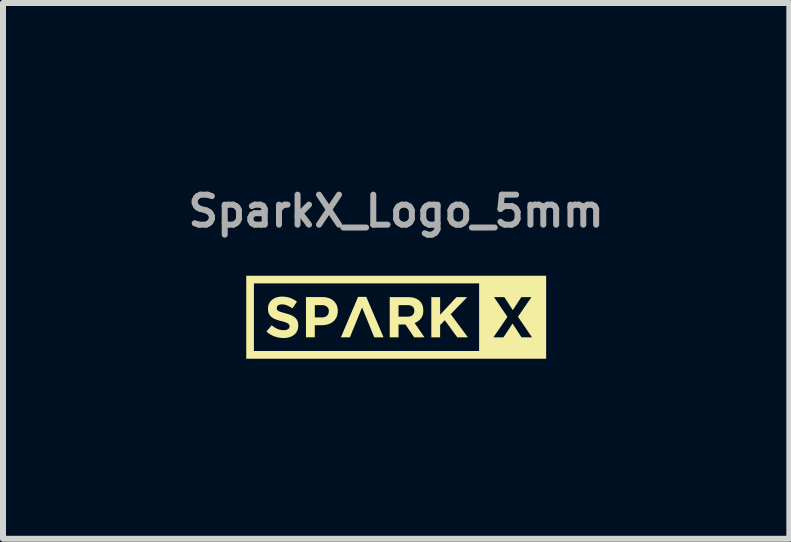
<source format=kicad_pcb>
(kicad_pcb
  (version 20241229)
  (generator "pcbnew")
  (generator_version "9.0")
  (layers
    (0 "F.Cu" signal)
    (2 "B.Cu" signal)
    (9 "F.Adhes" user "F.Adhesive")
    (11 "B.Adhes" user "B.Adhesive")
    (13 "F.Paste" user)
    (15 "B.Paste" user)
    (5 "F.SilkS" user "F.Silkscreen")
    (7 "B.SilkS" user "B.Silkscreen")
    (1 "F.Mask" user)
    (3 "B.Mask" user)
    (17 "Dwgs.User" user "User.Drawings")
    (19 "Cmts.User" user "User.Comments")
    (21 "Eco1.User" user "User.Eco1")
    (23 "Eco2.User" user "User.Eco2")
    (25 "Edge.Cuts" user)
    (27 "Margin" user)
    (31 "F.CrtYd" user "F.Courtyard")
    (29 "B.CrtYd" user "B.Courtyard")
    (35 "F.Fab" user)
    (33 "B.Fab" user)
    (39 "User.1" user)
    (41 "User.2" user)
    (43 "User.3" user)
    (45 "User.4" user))
  (footprint "SparkX_Logo_5mm"
    (layer "F.Cu")
    (at 3.552 2.218)
    (property "Reference" "SparkX_Logo_5mm" (at 0 -1.75 0) (layer "F.Fab") (effects (font (size 0.5 0.5) (thickness 0.1))))
    (attr board_only exclude_from_pos_files exclude_from_bom)
    (fp_poly (pts (xy -0.21 0.354) (xy -0.365 0.354) (xy -0.464 0.109) (xy -0.568 -0.144) (xy -0.771 0.354) (xy -0.921 0.354) (xy -0.634 -0.321) (xy -0.498 -0.321)) (stroke (width 0) (type solid)) (fill yes) (layer "F.SilkS"))
    (fp_poly (pts (xy 0.733 -0.023) (xy 1.005 -0.316) (xy 1.183 -0.316) (xy 0.91 -0.032) (xy 1.196 0.354) (xy 1.019 0.354) (xy 0.811 0.069) (xy 0.733 0.149) (xy 0.733 0.354) (xy 0.586 0.354) (xy 0.586 -0.316) (xy 0.733 -0.316)) (stroke (width 0) (type solid)) (fill yes) (layer "F.SilkS"))
    (fp_poly (pts (xy 2.5 0.711) (xy -2.498 0.711) (xy -2.498 -0.545) (xy -2.37 -0.545) (xy -2.37 0.582) (xy 1.383 0.582) (xy 1.383 0.354) (xy 1.621 0.354) (xy 1.788 0.354) (xy 1.94 0.124) (xy 2.09 0.354) (xy 2.264 0.354) (xy 2.03 0.011) (xy 2.254 -0.316) (xy 2.086 -0.316) (xy 1.944 -0.099) (xy 1.803 -0.316) (xy 1.631 -0.316) (xy 1.855 0.013) (xy 1.621 0.354) (xy 1.383 0.354) (xy 1.383 -0.545) (xy -2.37 -0.545) (xy -2.498 -0.545) (xy -2.498 -0.673) (xy 2.5 -0.673)) (stroke (width 0) (type solid)) (fill yes) (layer "F.SilkS"))
    (fp_poly (pts (xy 0.214 -0.316) (xy 0.229 -0.315) (xy 0.242 -0.314) (xy 0.256 -0.312) (xy 0.269 -0.31) (xy 0.282 -0.308) (xy 0.294 -0.305) (xy 0.306 -0.301) (xy 0.317 -0.298) (xy 0.328 -0.293) (xy 0.339 -0.288) (xy 0.349 -0.283) (xy 0.359 -0.277) (xy 0.368 -0.271) (xy 0.377 -0.265) (xy 0.386 -0.258) (xy 0.394 -0.25) (xy 0.401 -0.242) (xy 0.408 -0.234) (xy 0.415 -0.225) (xy 0.421 -0.217) (xy 0.426 -0.207) (xy 0.431 -0.198) (xy 0.436 -0.188) (xy 0.44 -0.177) (xy 0.443 -0.166) (xy 0.446 -0.155) (xy 0.448 -0.144) (xy 0.45 -0.132) (xy 0.451 -0.12) (xy 0.452 -0.108) (xy 0.452 -0.095) (xy 0.452 -0.093) (xy 0.452 -0.083) (xy 0.452 -0.073) (xy 0.451 -0.063) (xy 0.45 -0.054) (xy 0.448 -0.045) (xy 0.447 -0.036) (xy 0.445 -0.027) (xy 0.442 -0.019) (xy 0.44 -0.011) (xy 0.437 -0.003) (xy 0.433 0.005) (xy 0.43 0.012) (xy 0.426 0.02) (xy 0.422 0.027) (xy 0.417 0.033) (xy 0.412 0.04) (xy 0.407 0.046) (xy 0.402 0.052) (xy 0.397 0.058) (xy 0.391 0.064) (xy 0.385 0.069) (xy 0.379 0.074) (xy 0.373 0.079) (xy 0.367 0.084) (xy 0.36 0.089) (xy 0.353 0.093) (xy 0.346 0.097) (xy 0.339 0.101) (xy 0.332 0.105) (xy 0.324 0.108) (xy 0.316 0.112) (xy 0.308 0.115) (xy 0.472 0.354) (xy 0.3 0.354) (xy 0.156 0.14) (xy 0.04 0.14) (xy 0.04 0.354) (xy -0.107 0.354) (xy -0.107 -0.183) (xy 0.04 -0.183) (xy 0.04 0.009) (xy 0.19 0.009) (xy 0.197 0.009) (xy 0.203 0.009) (xy 0.21 0.008) (xy 0.216 0.008) (xy 0.222 0.007) (xy 0.227 0.006) (xy 0.233 0.004) (xy 0.238 0.003) (xy 0.243 0.001) (xy 0.248 -0.001) (xy 0.253 -0.003) (xy 0.258 -0.005) (xy 0.262 -0.008) (xy 0.266 -0.011) (xy 0.27 -0.014) (xy 0.274 -0.017) (xy 0.277 -0.02) (xy 0.281 -0.024) (xy 0.284 -0.027) (xy 0.287 -0.031) (xy 0.289 -0.035) (xy 0.292 -0.039) (xy 0.294 -0.043) (xy 0.296 -0.047) (xy 0.297 -0.051) (xy 0.299 -0.056) (xy 0.3 -0.061) (xy 0.301 -0.065) (xy 0.302 -0.07) (xy 0.302 -0.075) (xy 0.303 -0.08) (xy 0.303 -0.086) (xy 0.303 -0.087) (xy 0.303 -0.093) (xy 0.302 -0.099) (xy 0.302 -0.104) (xy 0.301 -0.11) (xy 0.3 -0.115) (xy 0.299 -0.12) (xy 0.297 -0.125) (xy 0.295 -0.129) (xy 0.293 -0.134) (xy 0.291 -0.138) (xy 0.289 -0.142) (xy 0.286 -0.146) (xy 0.283 -0.149) (xy 0.28 -0.153) (xy 0.276 -0.156) (xy 0.272 -0.159) (xy 0.268 -0.162) (xy 0.264 -0.165) (xy 0.26 -0.167) (xy 0.256 -0.17) (xy 0.251 -0.172) (xy 0.246 -0.174) (xy 0.241 -0.176) (xy 0.236 -0.177) (xy 0.23 -0.179) (xy 0.225 -0.18) (xy 0.219 -0.181) (xy 0.213 -0.182) (xy 0.207 -0.182) (xy 0.2 -0.183) (xy 0.194 -0.183) (xy 0.187 -0.183) (xy 0.04 -0.183) (xy -0.107 -0.183) (xy -0.107 -0.316) (xy 0.199 -0.316)) (stroke (width 0) (type solid)) (fill yes) (layer "F.SilkS"))
    (fp_poly (pts (xy -1.222 -0.317) (xy -1.215 -0.317) (xy -1.207 -0.316) (xy -1.2 -0.316) (xy -1.193 -0.315) (xy -1.186 -0.315) (xy -1.179 -0.314) (xy -1.172 -0.313) (xy -1.165 -0.312) (xy -1.159 -0.31) (xy -1.152 -0.309) (xy -1.146 -0.307) (xy -1.14 -0.306) (xy -1.134 -0.304) (xy -1.128 -0.302) (xy -1.122 -0.3) (xy -1.116 -0.298) (xy -1.11 -0.296) (xy -1.104 -0.293) (xy -1.099 -0.291) (xy -1.093 -0.288) (xy -1.088 -0.285) (xy -1.083 -0.283) (xy -1.078 -0.28) (xy -1.073 -0.277) (xy -1.068 -0.274) (xy -1.063 -0.27) (xy -1.059 -0.267) (xy -1.054 -0.264) (xy -1.05 -0.26) (xy -1.045 -0.256) (xy -1.041 -0.253) (xy -1.037 -0.249) (xy -1.033 -0.245) (xy -1.029 -0.241) (xy -1.025 -0.236) (xy -1.022 -0.232) (xy -1.018 -0.228) (xy -1.015 -0.223) (xy -1.012 -0.219) (xy -1.009 -0.214) (xy -1.006 -0.21) (xy -1.003 -0.205) (xy -1 -0.2) (xy -0.997 -0.195) (xy -0.995 -0.19) (xy -0.992 -0.184) (xy -0.99 -0.179) (xy -0.988 -0.174) (xy -0.986 -0.168) (xy -0.984 -0.163) (xy -0.983 -0.157) (xy -0.981 -0.152) (xy -0.98 -0.146) (xy -0.978 -0.14) (xy -0.977 -0.134) (xy -0.976 -0.128) (xy -0.975 -0.122) (xy -0.974 -0.116) (xy -0.974 -0.11) (xy -0.973 -0.104) (xy -0.973 -0.097) (xy -0.973 -0.091) (xy -0.973 -0.085) (xy -0.973 -0.083) (xy -0.973 -0.084) (xy -0.973 -0.076) (xy -0.973 -0.069) (xy -0.974 -0.062) (xy -0.974 -0.055) (xy -0.975 -0.049) (xy -0.976 -0.042) (xy -0.977 -0.035) (xy -0.978 -0.029) (xy -0.98 -0.023) (xy -0.981 -0.016) (xy -0.983 -0.01) (xy -0.985 -0.004) (xy -0.987 0.002) (xy -0.989 0.008) (xy -0.992 0.013) (xy -0.994 0.019) (xy -0.997 0.024) (xy -1 0.03) (xy -1.003 0.035) (xy -1.006 0.04) (xy -1.009 0.045) (xy -1.012 0.05) (xy -1.016 0.055) (xy -1.019 0.059) (xy -1.023 0.064) (xy -1.027 0.068) (xy -1.031 0.073) (xy -1.035 0.077) (xy -1.039 0.081) (xy -1.043 0.085) (xy -1.048 0.089) (xy -1.052 0.093) (xy -1.057 0.096) (xy -1.061 0.1) (xy -1.066 0.103) (xy -1.071 0.107) (xy -1.076 0.11) (xy -1.081 0.113) (xy -1.087 0.116) (xy -1.092 0.119) (xy -1.097 0.121) (xy -1.103 0.124) (xy -1.108 0.126) (xy -1.114 0.129) (xy -1.12 0.131) (xy -1.126 0.133) (xy -1.132 0.135) (xy -1.138 0.137) (xy -1.151 0.141) (xy -1.163 0.144) (xy -1.176 0.146) (xy -1.189 0.148) (xy -1.203 0.15) (xy -1.216 0.151) (xy -1.23 0.152) (xy -1.244 0.152) (xy -1.356 0.152) (xy -1.356 0.353) (xy -1.503 0.353) (xy -1.503 -0.183) (xy -1.355 -0.183) (xy -1.355 0.022) (xy -1.239 0.022) (xy -1.232 0.022) (xy -1.225 0.021) (xy -1.219 0.021) (xy -1.212 0.02) (xy -1.206 0.019) (xy -1.2 0.018) (xy -1.195 0.016) (xy -1.189 0.015) (xy -1.184 0.013) (xy -1.179 0.011) (xy -1.174 0.008) (xy -1.169 0.006) (xy -1.165 0.003) (xy -1.161 -0.000371) (xy -1.156 -0.004) (xy -1.153 -0.007) (xy -1.149 -0.011) (xy -1.145 -0.015) (xy -1.142 -0.019) (xy -1.139 -0.023) (xy -1.136 -0.027) (xy -1.134 -0.031) (xy -1.132 -0.036) (xy -1.13 -0.04) (xy -1.128 -0.045) (xy -1.126 -0.049) (xy -1.125 -0.054) (xy -1.124 -0.059) (xy -1.123 -0.064) (xy -1.123 -0.069) (xy -1.122 -0.074) (xy -1.122 -0.08) (xy -1.122 -0.082) (xy -1.122 -0.088) (xy -1.123 -0.094) (xy -1.123 -0.099) (xy -1.124 -0.105) (xy -1.125 -0.11) (xy -1.127 -0.116) (xy -1.128 -0.121) (xy -1.13 -0.125) (xy -1.132 -0.13) (xy -1.134 -0.135) (xy -1.137 -0.139) (xy -1.14 -0.143) (xy -1.143 -0.147) (xy -1.147 -0.15) (xy -1.15 -0.154) (xy -1.154 -0.157) (xy -1.158 -0.16) (xy -1.162 -0.163) (xy -1.167 -0.166) (xy -1.171 -0.169) (xy -1.176 -0.171) (xy -1.181 -0.173) (xy -1.186 -0.175) (xy -1.192 -0.177) (xy -1.197 -0.178) (xy -1.203 -0.18) (xy -1.209 -0.181) (xy -1.215 -0.182) (xy -1.222 -0.182) (xy -1.228 -0.183) (xy -1.235 -0.183) (xy -1.242 -0.183) (xy -1.355 -0.183) (xy -1.503 -0.183) (xy -1.503 -0.317) (xy -1.23 -0.317)) (stroke (width 0) (type solid)) (fill yes) (layer "F.SilkS"))
    (fp_poly (pts (xy -1.893 -0.325) (xy -1.884 -0.325) (xy -1.875 -0.324) (xy -1.866 -0.324) (xy -1.857 -0.323) (xy -1.848 -0.322) (xy -1.84 -0.321) (xy -1.831 -0.32) (xy -1.823 -0.318) (xy -1.814 -0.316) (xy -1.806 -0.315) (xy -1.798 -0.313) (xy -1.79 -0.311) (xy -1.782 -0.308) (xy -1.774 -0.306) (xy -1.766 -0.303) (xy -1.759 -0.3) (xy -1.751 -0.297) (xy -1.744 -0.294) (xy -1.736 -0.291) (xy -1.729 -0.288) (xy -1.722 -0.284) (xy -1.714 -0.28) (xy -1.707 -0.276) (xy -1.7 -0.272) (xy -1.693 -0.268) (xy -1.686 -0.264) (xy -1.679 -0.26) (xy -1.673 -0.255) (xy -1.666 -0.25) (xy -1.659 -0.245) (xy -1.653 -0.24) (xy -1.729 -0.129) (xy -1.741 -0.137) (xy -1.752 -0.144) (xy -1.763 -0.15) (xy -1.774 -0.157) (xy -1.785 -0.162) (xy -1.796 -0.168) (xy -1.807 -0.173) (xy -1.817 -0.178) (xy -1.823 -0.18) (xy -1.828 -0.182) (xy -1.833 -0.184) (xy -1.839 -0.185) (xy -1.844 -0.187) (xy -1.85 -0.188) (xy -1.855 -0.19) (xy -1.86 -0.191) (xy -1.866 -0.192) (xy -1.871 -0.193) (xy -1.876 -0.193) (xy -1.882 -0.194) (xy -1.887 -0.195) (xy -1.893 -0.195) (xy -1.898 -0.195) (xy -1.903 -0.195) (xy -1.909 -0.195) (xy -1.914 -0.195) (xy -1.919 -0.195) (xy -1.923 -0.194) (xy -1.928 -0.193) (xy -1.932 -0.193) (xy -1.937 -0.192) (xy -1.941 -0.191) (xy -1.945 -0.19) (xy -1.948 -0.188) (xy -1.952 -0.187) (xy -1.956 -0.185) (xy -1.959 -0.184) (xy -1.962 -0.182) (xy -1.965 -0.18) (xy -1.968 -0.178) (xy -1.97 -0.176) (xy -1.973 -0.174) (xy -1.975 -0.172) (xy -1.977 -0.169) (xy -1.979 -0.167) (xy -1.981 -0.165) (xy -1.983 -0.162) (xy -1.984 -0.159) (xy -1.985 -0.157) (xy -1.986 -0.154) (xy -1.987 -0.151) (xy -1.988 -0.149) (xy -1.988 -0.146) (xy -1.989 -0.143) (xy -1.989 -0.14) (xy -1.989 -0.137) (xy -1.989 -0.135) (xy -1.989 -0.133) (xy -1.989 -0.131) (xy -1.989 -0.129) (xy -1.989 -0.127) (xy -1.989 -0.125) (xy -1.988 -0.123) (xy -1.988 -0.121) (xy -1.988 -0.119) (xy -1.987 -0.118) (xy -1.987 -0.116) (xy -1.986 -0.114) (xy -1.986 -0.112) (xy -1.985 -0.111) (xy -1.985 -0.109) (xy -1.984 -0.108) (xy -1.983 -0.106) (xy -1.982 -0.105) (xy -1.982 -0.103) (xy -1.981 -0.102) (xy -1.98 -0.1) (xy -1.978 -0.099) (xy -1.977 -0.098) (xy -1.976 -0.096) (xy -1.975 -0.095) (xy -1.973 -0.094) (xy -1.972 -0.092) (xy -1.97 -0.091) (xy -1.968 -0.09) (xy -1.967 -0.088) (xy -1.965 -0.087) (xy -1.963 -0.086) (xy -1.961 -0.085) (xy -1.956 -0.082) (xy -1.952 -0.08) (xy -1.947 -0.078) (xy -1.942 -0.075) (xy -1.936 -0.073) (xy -1.93 -0.071) (xy -1.923 -0.069) (xy -1.916 -0.067) (xy -1.884 -0.057) (xy -1.865 -0.052) (xy -1.845 -0.047) (xy -1.832 -0.043) (xy -1.82 -0.04) (xy -1.808 -0.036) (xy -1.796 -0.032) (xy -1.785 -0.029) (xy -1.774 -0.025) (xy -1.764 -0.021) (xy -1.754 -0.017) (xy -1.749 -0.015) (xy -1.744 -0.012) (xy -1.739 -0.01) (xy -1.735 -0.008) (xy -1.73 -0.006) (xy -1.726 -0.003) (xy -1.721 -0.001) (xy -1.717 0.002) (xy -1.713 0.004) (xy -1.709 0.007) (xy -1.705 0.009) (xy -1.701 0.012) (xy -1.697 0.015) (xy -1.694 0.018) (xy -1.69 0.02) (xy -1.687 0.023) (xy -1.683 0.026) (xy -1.68 0.029) (xy -1.677 0.032) (xy -1.674 0.035) (xy -1.671 0.039) (xy -1.668 0.042) (xy -1.665 0.045) (xy -1.663 0.049) (xy -1.66 0.052) (xy -1.658 0.056) (xy -1.655 0.059) (xy -1.653 0.063) (xy -1.651 0.067) (xy -1.649 0.07) (xy -1.647 0.074) (xy -1.645 0.078) (xy -1.644 0.082) (xy -1.642 0.086) (xy -1.641 0.09) (xy -1.639 0.095) (xy -1.638 0.099) (xy -1.637 0.104) (xy -1.636 0.108) (xy -1.635 0.113) (xy -1.634 0.118) (xy -1.633 0.122) (xy -1.633 0.127) (xy -1.632 0.132) (xy -1.632 0.138) (xy -1.632 0.143) (xy -1.631 0.154) (xy -1.631 0.158) (xy -1.631 0.164) (xy -1.632 0.17) (xy -1.632 0.176) (xy -1.632 0.182) (xy -1.633 0.188) (xy -1.634 0.193) (xy -1.635 0.199) (xy -1.636 0.205) (xy -1.637 0.21) (xy -1.638 0.215) (xy -1.64 0.221) (xy -1.641 0.226) (xy -1.643 0.231) (xy -1.645 0.236) (xy -1.647 0.241) (xy -1.649 0.246) (xy -1.652 0.251) (xy -1.654 0.256) (xy -1.657 0.26) (xy -1.659 0.265) (xy -1.662 0.269) (xy -1.665 0.273) (xy -1.668 0.278) (xy -1.671 0.282) (xy -1.674 0.286) (xy -1.678 0.29) (xy -1.681 0.293) (xy -1.685 0.297) (xy -1.688 0.301) (xy -1.692 0.304) (xy -1.696 0.308) (xy -1.7 0.311) (xy -1.704 0.314) (xy -1.708 0.318) (xy -1.713 0.321) (xy -1.717 0.323) (xy -1.722 0.326) (xy -1.726 0.329) (xy -1.731 0.332) (xy -1.736 0.334) (xy -1.74 0.337) (xy -1.745 0.339) (xy -1.75 0.341) (xy -1.756 0.343) (xy -1.761 0.345) (xy -1.766 0.347) (xy -1.772 0.349) (xy -1.777 0.351) (xy -1.789 0.354) (xy -1.8 0.357) (xy -1.812 0.36) (xy -1.825 0.362) (xy -1.837 0.363) (xy -1.85 0.364) (xy -1.863 0.365) (xy -1.877 0.365) (xy -1.886 0.365) (xy -1.896 0.365) (xy -1.905 0.364) (xy -1.915 0.363) (xy -1.924 0.363) (xy -1.934 0.361) (xy -1.943 0.36) (xy -1.953 0.358) (xy -1.962 0.357) (xy -1.972 0.355) (xy -1.981 0.353) (xy -1.99 0.35) (xy -2 0.348) (xy -2.009 0.345) (xy -2.018 0.342) (xy -2.027 0.339) (xy -2.036 0.335) (xy -2.045 0.332) (xy -2.054 0.328) (xy -2.063 0.324) (xy -2.072 0.319) (xy -2.081 0.315) (xy -2.089 0.31) (xy -2.098 0.305) (xy -2.106 0.3) (xy -2.114 0.295) (xy -2.122 0.289) (xy -2.13 0.283) (xy -2.138 0.277) (xy -2.146 0.271) (xy -2.154 0.264) (xy -2.161 0.258) (xy -2.074 0.153) (xy -2.063 0.162) (xy -2.051 0.171) (xy -2.039 0.179) (xy -2.028 0.187) (xy -2.016 0.194) (xy -2.004 0.201) (xy -1.992 0.207) (xy -1.986 0.21) (xy -1.98 0.213) (xy -1.974 0.215) (xy -1.967 0.218) (xy -1.961 0.22) (xy -1.955 0.222) (xy -1.949 0.224) (xy -1.942 0.226) (xy -1.936 0.228) (xy -1.929 0.229) (xy -1.922 0.23) (xy -1.916 0.232) (xy -1.909 0.233) (xy -1.902 0.233) (xy -1.895 0.234) (xy -1.888 0.234) (xy -1.881 0.235) (xy -1.874 0.235) (xy -1.868 0.235) (xy -1.863 0.234) (xy -1.857 0.234) (xy -1.852 0.234) (xy -1.847 0.233) (xy -1.842 0.232) (xy -1.837 0.231) (xy -1.833 0.23) (xy -1.828 0.229) (xy -1.824 0.228) (xy -1.82 0.227) (xy -1.816 0.225) (xy -1.813 0.223) (xy -1.809 0.222) (xy -1.806 0.22) (xy -1.802 0.218) (xy -1.799 0.216) (xy -1.796 0.213) (xy -1.794 0.211) (xy -1.791 0.209) (xy -1.789 0.206) (xy -1.787 0.203) (xy -1.785 0.201) (xy -1.783 0.198) (xy -1.782 0.195) (xy -1.78 0.192) (xy -1.779 0.189) (xy -1.778 0.185) (xy -1.778 0.182) (xy -1.777 0.179) (xy -1.777 0.175) (xy -1.777 0.171) (xy -1.777 0.169) (xy -1.777 0.167) (xy -1.777 0.166) (xy -1.777 0.164) (xy -1.777 0.162) (xy -1.777 0.161) (xy -1.778 0.159) (xy -1.778 0.157) (xy -1.778 0.156) (xy -1.779 0.154) (xy -1.779 0.153) (xy -1.779 0.151) (xy -1.78 0.15) (xy -1.781 0.148) (xy -1.781 0.147) (xy -1.782 0.145) (xy -1.782 0.144) (xy -1.783 0.142) (xy -1.784 0.141) (xy -1.785 0.14) (xy -1.786 0.138) (xy -1.786 0.137) (xy -1.788 0.136) (xy -1.789 0.135) (xy -1.79 0.133) (xy -1.791 0.132) (xy -1.793 0.131) (xy -1.794 0.129) (xy -1.795 0.128) (xy -1.797 0.127) (xy -1.799 0.126) (xy -1.8 0.124) (xy -1.802 0.123) (xy -1.806 0.121) (xy -1.811 0.119) (xy -1.815 0.116) (xy -1.82 0.114) (xy -1.826 0.112) (xy -1.831 0.109) (xy -1.837 0.107) (xy -1.844 0.104) (xy -1.851 0.102) (xy -1.858 0.099) (xy -1.866 0.097) (xy -1.874 0.094) (xy -1.892 0.089) (xy -1.912 0.084) (xy -1.925 0.081) (xy -1.937 0.078) (xy -1.949 0.074) (xy -1.961 0.071) (xy -1.972 0.067) (xy -1.983 0.064) (xy -1.994 0.06) (xy -2.005 0.056) (xy -2.015 0.052) (xy -2.025 0.048) (xy -2.029 0.046) (xy -2.034 0.044) (xy -2.038 0.041) (xy -2.043 0.039) (xy -2.047 0.037) (xy -2.051 0.034) (xy -2.056 0.032) (xy -2.06 0.029) (xy -2.064 0.026) (xy -2.067 0.024) (xy -2.071 0.021) (xy -2.075 0.018) (xy -2.078 0.015) (xy -2.082 0.012) (xy -2.085 0.009) (xy -2.088 0.006) (xy -2.091 0.003) (xy -2.094 -0.000094) (xy -2.097 -0.003) (xy -2.1 -0.007) (xy -2.103 -0.01) (xy -2.106 -0.014) (xy -2.108 -0.018) (xy -2.11 -0.022) (xy -2.113 -0.025) (xy -2.115 -0.029) (xy -2.117 -0.034) (xy -2.119 -0.038) (xy -2.121 -0.042) (xy -2.123 -0.046) (xy -2.125 -0.051) (xy -2.126 -0.056) (xy -2.128 -0.06) (xy -2.129 -0.065) (xy -2.13 -0.07) (xy -2.131 -0.075) (xy -2.132 -0.081) (xy -2.133 -0.086) (xy -2.134 -0.092) (xy -2.134 -0.097) (xy -2.135 -0.103) (xy -2.135 -0.109) (xy -2.135 -0.115) (xy -2.135 -0.121) (xy -2.135 -0.123) (xy -2.135 -0.129) (xy -2.135 -0.135) (xy -2.135 -0.14) (xy -2.134 -0.146) (xy -2.134 -0.151) (xy -2.133 -0.157) (xy -2.132 -0.162) (xy -2.131 -0.167) (xy -2.13 -0.172) (xy -2.129 -0.177) (xy -2.127 -0.182) (xy -2.126 -0.187) (xy -2.124 -0.192) (xy -2.122 -0.197) (xy -2.12 -0.202) (xy -2.118 -0.206) (xy -2.116 -0.211) (xy -2.114 -0.215) (xy -2.111 -0.22) (xy -2.109 -0.224) (xy -2.106 -0.228) (xy -2.103 -0.232) (xy -2.101 -0.236) (xy -2.098 -0.24) (xy -2.095 -0.244) (xy -2.091 -0.248) (xy -2.088 -0.252) (xy -2.085 -0.256) (xy -2.081 -0.259) (xy -2.078 -0.263) (xy -2.074 -0.266) (xy -2.07 -0.27) (xy -2.066 -0.273) (xy -2.062 -0.276) (xy -2.058 -0.279) (xy -2.054 -0.282) (xy -2.05 -0.285) (xy -2.045 -0.288) (xy -2.041 -0.29) (xy -2.036 -0.293) (xy -2.032 -0.296) (xy -2.027 -0.298) (xy -2.022 -0.3) (xy -2.017 -0.303) (xy -2.012 -0.305) (xy -2.007 -0.307) (xy -2.002 -0.309) (xy -1.996 -0.311) (xy -1.985 -0.314) (xy -1.974 -0.317) (xy -1.963 -0.319) (xy -1.951 -0.321) (xy -1.939 -0.323) (xy -1.927 -0.324) (xy -1.915 -0.325) (xy -1.902 -0.325)) (stroke (width 0) (type solid)) (fill yes) (layer "F.SilkS")))
  (gr_rect
    (start -3 -3)
    (end 10.105 5.929)
    (stroke (width 0.1) (type default))
    (fill no)
    (layer "Edge.Cuts")))
</source>
